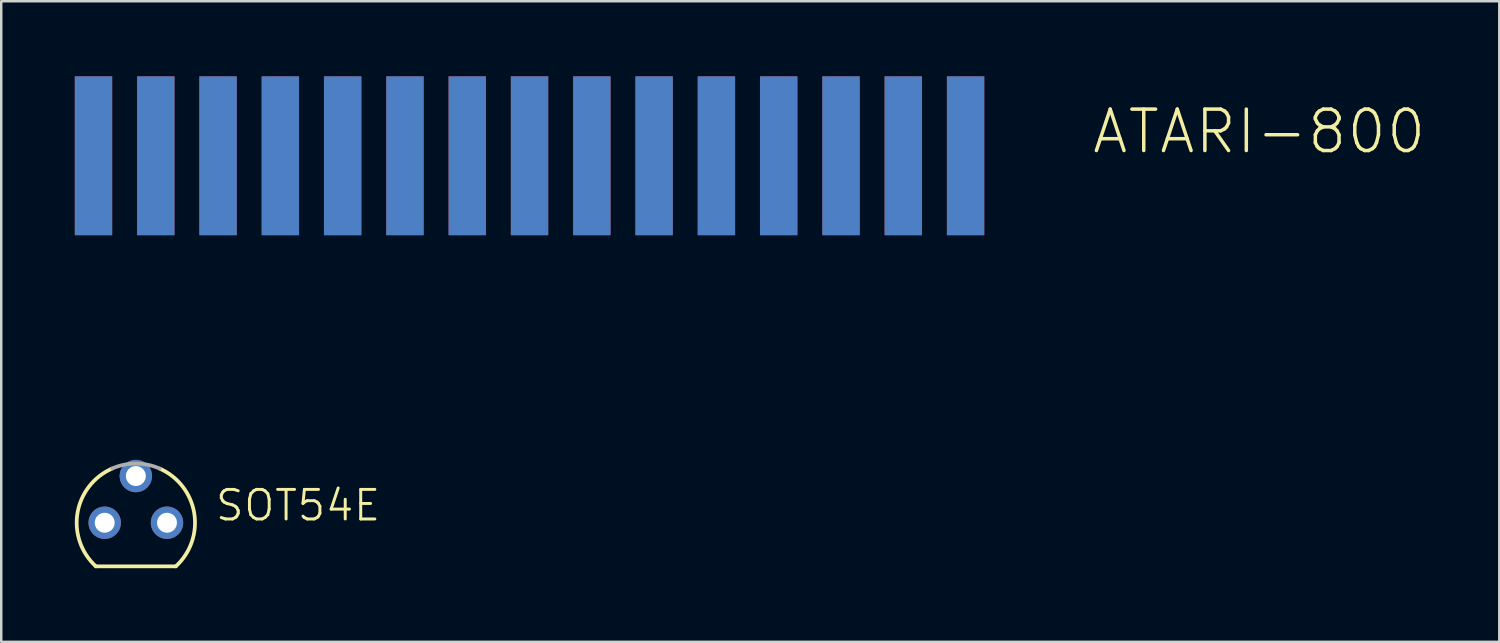
<source format=kicad_pcb>
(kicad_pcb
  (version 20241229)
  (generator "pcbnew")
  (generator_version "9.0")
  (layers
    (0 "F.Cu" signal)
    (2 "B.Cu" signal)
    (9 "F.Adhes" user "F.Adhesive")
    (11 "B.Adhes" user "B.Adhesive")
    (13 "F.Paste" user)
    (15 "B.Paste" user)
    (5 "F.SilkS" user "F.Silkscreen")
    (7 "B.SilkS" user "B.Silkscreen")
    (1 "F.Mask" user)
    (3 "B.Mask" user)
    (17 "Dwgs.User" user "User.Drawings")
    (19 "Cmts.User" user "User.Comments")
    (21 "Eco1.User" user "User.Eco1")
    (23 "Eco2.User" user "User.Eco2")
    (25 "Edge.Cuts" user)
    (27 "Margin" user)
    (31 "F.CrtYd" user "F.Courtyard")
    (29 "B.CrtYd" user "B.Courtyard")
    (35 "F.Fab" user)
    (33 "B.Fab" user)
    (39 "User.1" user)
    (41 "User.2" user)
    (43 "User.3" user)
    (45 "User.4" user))
  (footprint "SOT54E"
    (layer "F.Cu")
    (at 2.489 18.265)
    (property "Reference" "SOT54E" (at 3.175 0 180) (layer "F.SilkS") (effects (font (size 1.206 1.206) (thickness 0.121)) (justify left bottom)))
    (attr through_hole)
    (fp_line (start -1.631 1.778) (end 1.631 1.778) (stroke (width 0.152) (type solid)) (layer "F.SilkS"))
    (fp_arc (start -1.631 1.778) (mid -2.380095 -0.395238) (end -0.9689 -2.209799) (stroke (width 0.1524) (type solid)) (layer "F.SilkS"))
    (fp_arc (start 0.9689 -2.2098) (mid 2.380095 -0.395238) (end 1.631001 1.778) (stroke (width 0.1524) (type solid)) (layer "F.SilkS"))
    (fp_arc (start -0.9692 -2.2098) (mid 0 -2.412999) (end 0.969199 -2.2098) (stroke (width 0.1524) (type solid)) (layer "F.Fab"))
    (pad "D" thru_hole circle (at -1.27 0) (size 1.321 1.321) (drill 0.813) (layers "*.Cu" "*.Mask"))
    (pad "G" thru_hole circle (at 0 -1.905) (size 1.321 1.321) (drill 0.813) (layers "*.Cu" "*.Mask"))
    (pad "S" thru_hole circle (at 1.27 0) (size 1.321 1.321) (drill 0.813) (layers "*.Cu" "*.Mask")))
  (footprint "ATARI-800"
    (layer "F.Cu")
    (at 18.542 7.112)
    (property "Reference" "ATARI-800" (at 22.86 -3.81 0) (layer "F.SilkS") (effects (font (size 1.689 1.689) (thickness 0.142)) (justify left bottom)))
    (attr through_hole)
    (fp_line (start -17.78 -1.27) (end -17.78 5.08) (stroke (width 1.016) (type solid)) (layer "F.Mask"))
    (fp_line (start -15.24 -1.27) (end -15.24 5.08) (stroke (width 1.016) (type solid)) (layer "F.Mask"))
    (fp_line (start -12.7 -1.27) (end -12.7 5.08) (stroke (width 1.016) (type solid)) (layer "F.Mask"))
    (fp_line (start -10.16 -1.27) (end -10.16 5.08) (stroke (width 1.016) (type solid)) (layer "F.Mask"))
    (fp_line (start -7.62 -1.27) (end -7.62 5.08) (stroke (width 1.016) (type solid)) (layer "F.Mask"))
    (fp_line (start -5.08 -1.27) (end -5.08 5.08) (stroke (width 1.016) (type solid)) (layer "F.Mask"))
    (fp_line (start -2.54 -1.27) (end -2.54 5.08) (stroke (width 1.016) (type solid)) (layer "F.Mask"))
    (fp_line (start 0 -1.27) (end 0 5.08) (stroke (width 1.016) (type solid)) (layer "F.Mask"))
    (fp_line (start 2.54 -1.27) (end 2.54 5.08) (stroke (width 1.016) (type solid)) (layer "F.Mask"))
    (fp_line (start 5.08 -1.27) (end 5.08 5.08) (stroke (width 1.016) (type solid)) (layer "F.Mask"))
    (fp_line (start 7.62 -1.27) (end 7.62 5.08) (stroke (width 1.016) (type solid)) (layer "F.Mask"))
    (fp_line (start 10.16 -1.27) (end 10.16 5.08) (stroke (width 1.016) (type solid)) (layer "F.Mask"))
    (fp_line (start 12.7 -1.27) (end 12.7 5.08) (stroke (width 1.016) (type solid)) (layer "F.Mask"))
    (fp_line (start 15.24 -1.27) (end 15.24 5.08) (stroke (width 1.016) (type solid)) (layer "F.Mask"))
    (fp_line (start 17.78 -1.27) (end 17.78 5.08) (stroke (width 1.016) (type solid)) (layer "F.Mask"))
    (fp_poly (pts (xy -18.542 -0.508) (xy -17.018 -0.508) (xy -17.018 -7.112) (xy -18.542 -7.112)) (stroke (width 0) (type solid)) (fill yes) (layer "F.Mask"))
    (fp_poly (pts (xy -16.002 -0.508) (xy -14.478 -0.508) (xy -14.478 -7.112) (xy -16.002 -7.112)) (stroke (width 0) (type solid)) (fill yes) (layer "F.Mask"))
    (fp_poly (pts (xy -13.462 -0.508) (xy -11.938 -0.508) (xy -11.938 -7.112) (xy -13.462 -7.112)) (stroke (width 0) (type solid)) (fill yes) (layer "F.Mask"))
    (fp_poly (pts (xy -10.922 -0.508) (xy -9.398 -0.508) (xy -9.398 -7.112) (xy -10.922 -7.112)) (stroke (width 0) (type solid)) (fill yes) (layer "F.Mask"))
    (fp_poly (pts (xy -8.382 -0.508) (xy -6.858 -0.508) (xy -6.858 -7.112) (xy -8.382 -7.112)) (stroke (width 0) (type solid)) (fill yes) (layer "F.Mask"))
    (fp_poly (pts (xy -5.842 -0.508) (xy -4.318 -0.508) (xy -4.318 -7.112) (xy -5.842 -7.112)) (stroke (width 0) (type solid)) (fill yes) (layer "F.Mask"))
    (fp_poly (pts (xy -3.302 -0.508) (xy -1.778 -0.508) (xy -1.778 -7.112) (xy -3.302 -7.112)) (stroke (width 0) (type solid)) (fill yes) (layer "F.Mask"))
    (fp_poly (pts (xy -0.762 -0.508) (xy 0.762 -0.508) (xy 0.762 -7.112) (xy -0.762 -7.112)) (stroke (width 0) (type solid)) (fill yes) (layer "F.Mask"))
    (fp_poly (pts (xy 1.778 -0.508) (xy 3.302 -0.508) (xy 3.302 -7.112) (xy 1.778 -7.112)) (stroke (width 0) (type solid)) (fill yes) (layer "F.Mask"))
    (fp_poly (pts (xy 4.318 -0.508) (xy 5.842 -0.508) (xy 5.842 -7.112) (xy 4.318 -7.112)) (stroke (width 0) (type solid)) (fill yes) (layer "F.Mask"))
    (fp_poly (pts (xy 6.858 -0.508) (xy 8.382 -0.508) (xy 8.382 -7.112) (xy 6.858 -7.112)) (stroke (width 0) (type solid)) (fill yes) (layer "F.Mask"))
    (fp_poly (pts (xy 9.398 -0.508) (xy 10.922 -0.508) (xy 10.922 -7.112) (xy 9.398 -7.112)) (stroke (width 0) (type solid)) (fill yes) (layer "F.Mask"))
    (fp_poly (pts (xy 11.938 -0.508) (xy 13.462 -0.508) (xy 13.462 -7.112) (xy 11.938 -7.112)) (stroke (width 0) (type solid)) (fill yes) (layer "F.Mask"))
    (fp_poly (pts (xy 14.478 -0.508) (xy 16.002 -0.508) (xy 16.002 -7.112) (xy 14.478 -7.112)) (stroke (width 0) (type solid)) (fill yes) (layer "F.Mask"))
    (fp_poly (pts (xy 17.018 -0.508) (xy 18.542 -0.508) (xy 18.542 -7.112) (xy 17.018 -7.112)) (stroke (width 0) (type solid)) (fill yes) (layer "F.Mask"))
    (fp_line (start -17.78 -1.27) (end -17.78 5.08) (stroke (width 1.016) (type solid)) (layer "B.Mask"))
    (fp_line (start -15.24 -1.27) (end -15.24 5.08) (stroke (width 1.016) (type solid)) (layer "B.Mask"))
    (fp_line (start -12.7 -1.27) (end -12.7 5.08) (stroke (width 1.016) (type solid)) (layer "B.Mask"))
    (fp_line (start -10.16 -1.27) (end -10.16 5.08) (stroke (width 1.016) (type solid)) (layer "B.Mask"))
    (fp_line (start -7.62 -1.27) (end -7.62 5.08) (stroke (width 1.016) (type solid)) (layer "B.Mask"))
    (fp_line (start -5.08 -1.27) (end -5.08 5.08) (stroke (width 1.016) (type solid)) (layer "B.Mask"))
    (fp_line (start -2.54 -1.27) (end -2.54 5.08) (stroke (width 1.016) (type solid)) (layer "B.Mask"))
    (fp_line (start 0 -1.27) (end 0 5.08) (stroke (width 1.016) (type solid)) (layer "B.Mask"))
    (fp_line (start 2.54 -1.27) (end 2.54 5.08) (stroke (width 1.016) (type solid)) (layer "B.Mask"))
    (fp_line (start 5.08 -1.27) (end 5.08 5.08) (stroke (width 1.016) (type solid)) (layer "B.Mask"))
    (fp_line (start 7.62 -1.27) (end 7.62 5.08) (stroke (width 1.016) (type solid)) (layer "B.Mask"))
    (fp_line (start 10.16 -1.27) (end 10.16 5.08) (stroke (width 1.016) (type solid)) (layer "B.Mask"))
    (fp_line (start 12.7 -1.27) (end 12.7 5.08) (stroke (width 1.016) (type solid)) (layer "B.Mask"))
    (fp_line (start 15.24 -1.27) (end 15.24 5.08) (stroke (width 1.016) (type solid)) (layer "B.Mask"))
    (fp_line (start 17.78 -1.27) (end 17.78 5.08) (stroke (width 1.016) (type solid)) (layer "B.Mask"))
    (fp_poly (pts (xy -18.542 -0.508) (xy -17.018 -0.508) (xy -17.018 -7.112) (xy -18.542 -7.112)) (stroke (width 0) (type solid)) (fill yes) (layer "B.Mask"))
    (fp_poly (pts (xy -16.002 -0.508) (xy -14.478 -0.508) (xy -14.478 -7.112) (xy -16.002 -7.112)) (stroke (width 0) (type solid)) (fill yes) (layer "B.Mask"))
    (fp_poly (pts (xy -13.462 -0.508) (xy -11.938 -0.508) (xy -11.938 -7.112) (xy -13.462 -7.112)) (stroke (width 0) (type solid)) (fill yes) (layer "B.Mask"))
    (fp_poly (pts (xy -10.922 -0.508) (xy -9.398 -0.508) (xy -9.398 -7.112) (xy -10.922 -7.112)) (stroke (width 0) (type solid)) (fill yes) (layer "B.Mask"))
    (fp_poly (pts (xy -8.382 -0.508) (xy -6.858 -0.508) (xy -6.858 -7.112) (xy -8.382 -7.112)) (stroke (width 0) (type solid)) (fill yes) (layer "B.Mask"))
    (fp_poly (pts (xy -5.842 -0.508) (xy -4.318 -0.508) (xy -4.318 -7.112) (xy -5.842 -7.112)) (stroke (width 0) (type solid)) (fill yes) (layer "B.Mask"))
    (fp_poly (pts (xy -3.302 -0.508) (xy -1.778 -0.508) (xy -1.778 -7.112) (xy -3.302 -7.112)) (stroke (width 0) (type solid)) (fill yes) (layer "B.Mask"))
    (fp_poly (pts (xy -0.762 -0.508) (xy 0.762 -0.508) (xy 0.762 -7.112) (xy -0.762 -7.112)) (stroke (width 0) (type solid)) (fill yes) (layer "B.Mask"))
    (fp_poly (pts (xy 1.778 -0.508) (xy 3.302 -0.508) (xy 3.302 -7.112) (xy 1.778 -7.112)) (stroke (width 0) (type solid)) (fill yes) (layer "B.Mask"))
    (fp_poly (pts (xy 4.318 -0.508) (xy 5.842 -0.508) (xy 5.842 -7.112) (xy 4.318 -7.112)) (stroke (width 0) (type solid)) (fill yes) (layer "B.Mask"))
    (fp_poly (pts (xy 6.858 -0.508) (xy 8.382 -0.508) (xy 8.382 -7.112) (xy 6.858 -7.112)) (stroke (width 0) (type solid)) (fill yes) (layer "B.Mask"))
    (fp_poly (pts (xy 9.398 -0.508) (xy 10.922 -0.508) (xy 10.922 -7.112) (xy 9.398 -7.112)) (stroke (width 0) (type solid)) (fill yes) (layer "B.Mask"))
    (fp_poly (pts (xy 11.938 -0.508) (xy 13.462 -0.508) (xy 13.462 -7.112) (xy 11.938 -7.112)) (stroke (width 0) (type solid)) (fill yes) (layer "B.Mask"))
    (fp_poly (pts (xy 14.478 -0.508) (xy 16.002 -0.508) (xy 16.002 -7.112) (xy 14.478 -7.112)) (stroke (width 0) (type solid)) (fill yes) (layer "B.Mask"))
    (fp_poly (pts (xy 17.018 -0.508) (xy 18.542 -0.508) (xy 18.542 -7.112) (xy 17.018 -7.112)) (stroke (width 0) (type solid)) (fill yes) (layer "B.Mask"))
    (pad "1" smd rect (at -17.78 -3.81) (size 1.524 6.477) (layers "F.Cu" "F.Mask" "F.Paste"))
    (pad "2" smd rect (at -15.24 -3.81) (size 1.524 6.477) (layers "F.Cu" "F.Mask" "F.Paste"))
    (pad "3" smd rect (at -12.7 -3.81) (size 1.524 6.477) (layers "F.Cu" "F.Mask" "F.Paste"))
    (pad "4" smd rect (at -10.16 -3.81) (size 1.524 6.477) (layers "F.Cu" "F.Mask" "F.Paste"))
    (pad "5" smd rect (at -7.62 -3.81) (size 1.524 6.477) (layers "F.Cu" "F.Mask" "F.Paste"))
    (pad "6" smd rect (at -5.08 -3.81) (size 1.524 6.477) (layers "F.Cu" "F.Mask" "F.Paste"))
    (pad "7" smd rect (at -2.54 -3.81) (size 1.524 6.477) (layers "F.Cu" "F.Mask" "F.Paste"))
    (pad "8" smd rect (at 0 -3.81) (size 1.524 6.477) (layers "F.Cu" "F.Mask" "F.Paste"))
    (pad "9" smd rect (at 2.54 -3.81) (size 1.524 6.477) (layers "F.Cu" "F.Mask" "F.Paste"))
    (pad "10" smd rect (at 5.08 -3.81) (size 1.524 6.477) (layers "F.Cu" "F.Mask" "F.Paste"))
    (pad "11" smd rect (at 7.62 -3.81) (size 1.524 6.477) (layers "F.Cu" "F.Mask" "F.Paste"))
    (pad "12" smd rect (at 10.16 -3.81) (size 1.524 6.477) (layers "F.Cu" "F.Mask" "F.Paste"))
    (pad "13" smd rect (at 12.7 -3.81) (size 1.524 6.477) (layers "F.Cu" "F.Mask" "F.Paste"))
    (pad "14" smd rect (at 15.24 -3.81) (size 1.524 6.477) (layers "F.Cu" "F.Mask" "F.Paste"))
    (pad "15" smd rect (at 17.78 -3.81) (size 1.524 6.477) (layers "F.Cu" "F.Mask" "F.Paste"))
    (pad "A" smd rect (at -17.78 -3.81) (size 1.524 6.477) (layers "B.Cu" "B.Mask" "B.Paste"))
    (pad "B" smd rect (at -15.24 -3.81) (size 1.524 6.477) (layers "B.Cu" "B.Mask" "B.Paste"))
    (pad "C" smd rect (at -12.7 -3.81) (size 1.524 6.477) (layers "B.Cu" "B.Mask" "B.Paste"))
    (pad "D" smd rect (at -10.16 -3.81) (size 1.524 6.477) (layers "B.Cu" "B.Mask" "B.Paste"))
    (pad "E" smd rect (at -7.62 -3.81) (size 1.524 6.477) (layers "B.Cu" "B.Mask" "B.Paste"))
    (pad "F" smd rect (at -5.08 -3.81) (size 1.524 6.477) (layers "B.Cu" "B.Mask" "B.Paste"))
    (pad "H" smd rect (at -2.54 -3.81) (size 1.524 6.477) (layers "B.Cu" "B.Mask" "B.Paste"))
    (pad "J" smd rect (at 0 -3.81) (size 1.524 6.477) (layers "B.Cu" "B.Mask" "B.Paste"))
    (pad "K" smd rect (at 2.54 -3.81) (size 1.524 6.477) (layers "B.Cu" "B.Mask" "B.Paste"))
    (pad "L" smd rect (at 5.08 -3.81) (size 1.524 6.477) (layers "B.Cu" "B.Mask" "B.Paste"))
    (pad "M" smd rect (at 7.62 -3.81) (size 1.524 6.477) (layers "B.Cu" "B.Mask" "B.Paste"))
    (pad "N" smd rect (at 10.16 -3.81) (size 1.524 6.477) (layers "B.Cu" "B.Mask" "B.Paste"))
    (pad "P" smd rect (at 12.7 -3.81) (size 1.524 6.477) (layers "B.Cu" "B.Mask" "B.Paste"))
    (pad "R" smd rect (at 15.24 -3.81) (size 1.524 6.477) (layers "B.Cu" "B.Mask" "B.Paste"))
    (pad "S" smd rect (at 17.78 -3.81) (size 1.524 6.477) (layers "B.Cu" "B.Mask" "B.Paste")))
  (gr_rect
    (start -3 -3)
    (end 58.084 23.12)
    (stroke (width 0.1) (type default))
    (fill no)
    (layer "Edge.Cuts")))
</source>
